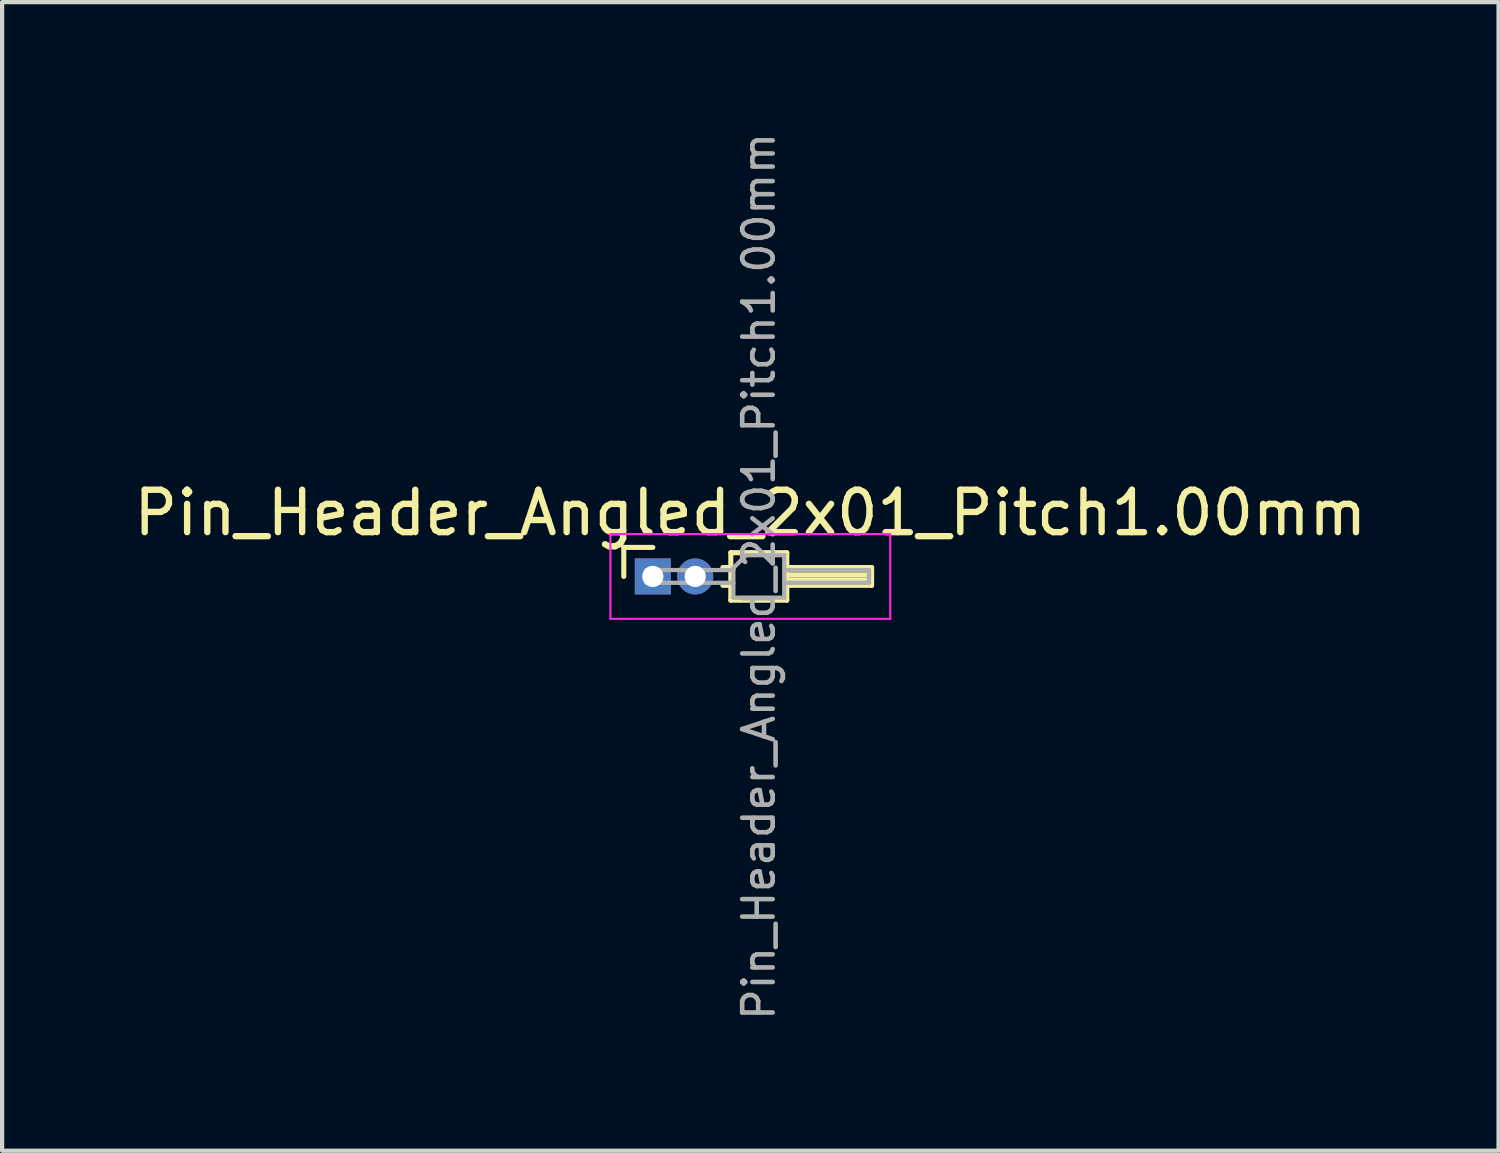
<source format=kicad_pcb>
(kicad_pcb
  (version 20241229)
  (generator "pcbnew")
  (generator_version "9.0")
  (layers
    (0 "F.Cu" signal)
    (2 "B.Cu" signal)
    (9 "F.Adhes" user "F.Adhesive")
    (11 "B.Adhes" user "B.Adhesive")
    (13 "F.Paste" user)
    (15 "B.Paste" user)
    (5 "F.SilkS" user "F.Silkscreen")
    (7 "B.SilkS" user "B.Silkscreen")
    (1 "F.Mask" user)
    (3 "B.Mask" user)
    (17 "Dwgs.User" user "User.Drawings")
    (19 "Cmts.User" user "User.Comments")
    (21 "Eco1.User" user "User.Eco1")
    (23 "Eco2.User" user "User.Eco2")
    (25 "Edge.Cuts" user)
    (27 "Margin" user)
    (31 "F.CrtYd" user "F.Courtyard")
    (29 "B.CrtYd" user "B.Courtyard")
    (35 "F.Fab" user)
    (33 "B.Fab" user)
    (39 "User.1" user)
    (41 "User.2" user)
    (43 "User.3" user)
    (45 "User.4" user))
  (footprint "Pin_Header_Angled_2x01_Pitch1.00mm"
    (layer "F.Cu")
    (at 12.349 10.547)
    (property "Reference" "Pin_Header_Angled_2x01_Pitch1.00mm" (at 2.3 -1.5 0) (layer "F.SilkS") (effects (font (size 1 1) (thickness 0.15))))
    (attr through_hole)
    (fp_line (start -0.685 -0.685) (end 0 -0.685) (stroke (width 0.12) (type solid)) (layer "F.SilkS"))
    (fp_line (start -0.685 0) (end -0.685 -0.685) (stroke (width 0.12) (type solid)) (layer "F.SilkS"))
    (fp_line (start 1.652 -0.21) (end 1.84 -0.21) (stroke (width 0.12) (type solid)) (layer "F.SilkS"))
    (fp_line (start 1.652 0.21) (end 1.84 0.21) (stroke (width 0.12) (type solid)) (layer "F.SilkS"))
    (fp_line (start 1.84 -0.56) (end 1.84 0.56) (stroke (width 0.12) (type solid)) (layer "F.SilkS"))
    (fp_line (start 1.84 0.56) (end 3.16 0.56) (stroke (width 0.12) (type solid)) (layer "F.SilkS"))
    (fp_line (start 3.16 -0.56) (end 1.84 -0.56) (stroke (width 0.12) (type solid)) (layer "F.SilkS"))
    (fp_line (start 3.16 -0.21) (end 5.16 -0.21) (stroke (width 0.12) (type solid)) (layer "F.SilkS"))
    (fp_line (start 3.16 -0.15) (end 5.16 -0.15) (stroke (width 0.12) (type solid)) (layer "F.SilkS"))
    (fp_line (start 3.16 -0.03) (end 5.16 -0.03) (stroke (width 0.12) (type solid)) (layer "F.SilkS"))
    (fp_line (start 3.16 0.09) (end 5.16 0.09) (stroke (width 0.12) (type solid)) (layer "F.SilkS"))
    (fp_line (start 3.16 0.56) (end 3.16 -0.56) (stroke (width 0.12) (type solid)) (layer "F.SilkS"))
    (fp_line (start 5.16 -0.21) (end 5.16 0.21) (stroke (width 0.12) (type solid)) (layer "F.SilkS"))
    (fp_line (start 5.16 0.21) (end 3.16 0.21) (stroke (width 0.12) (type solid)) (layer "F.SilkS"))
    (fp_line (start -1 -1) (end -1 1) (stroke (width 0.05) (type solid)) (layer "F.CrtYd"))
    (fp_line (start -1 1) (end 5.6 1) (stroke (width 0.05) (type solid)) (layer "F.CrtYd"))
    (fp_line (start 5.6 -1) (end -1 -1) (stroke (width 0.05) (type solid)) (layer "F.CrtYd"))
    (fp_line (start 5.6 1) (end 5.6 -1) (stroke (width 0.05) (type solid)) (layer "F.CrtYd"))
    (fp_line (start -0.15 -0.15) (end -0.15 0.15) (stroke (width 0.1) (type solid)) (layer "F.Fab"))
    (fp_line (start -0.15 -0.15) (end 1.9 -0.15) (stroke (width 0.1) (type solid)) (layer "F.Fab"))
    (fp_line (start -0.15 0.15) (end 1.9 0.15) (stroke (width 0.1) (type solid)) (layer "F.Fab"))
    (fp_line (start 1.9 -0.2) (end 2.2 -0.5) (stroke (width 0.1) (type solid)) (layer "F.Fab"))
    (fp_line (start 1.9 0.5) (end 1.9 -0.2) (stroke (width 0.1) (type solid)) (layer "F.Fab"))
    (fp_line (start 2.2 -0.5) (end 3.1 -0.5) (stroke (width 0.1) (type solid)) (layer "F.Fab"))
    (fp_line (start 3.1 -0.5) (end 3.1 0.5) (stroke (width 0.1) (type solid)) (layer "F.Fab"))
    (fp_line (start 3.1 -0.15) (end 5.1 -0.15) (stroke (width 0.1) (type solid)) (layer "F.Fab"))
    (fp_line (start 3.1 0.15) (end 5.1 0.15) (stroke (width 0.1) (type solid)) (layer "F.Fab"))
    (fp_line (start 3.1 0.5) (end 1.9 0.5) (stroke (width 0.1) (type solid)) (layer "F.Fab"))
    (fp_line (start 5.1 -0.15) (end 5.1 0.15) (stroke (width 0.1) (type solid)) (layer "F.Fab"))
    (fp_text user "${REFERENCE}" (at 2.5 0 90) (layer "F.Fab") (effects (font (size 0.72 0.72) (thickness 0.108))))
    (pad "1" thru_hole rect (at 0 0) (size 0.85 0.85) (drill 0.5) (layers "*.Cu" "*.Mask"))
    (pad "2" thru_hole oval (at 1 0) (size 0.85 0.85) (drill 0.5) (layers "*.Cu" "*.Mask")))
  (gr_rect
    (start -3 -3)
    (end 32.298 24.094)
    (stroke (width 0.1) (type default))
    (fill no)
    (layer "Edge.Cuts")))
</source>
